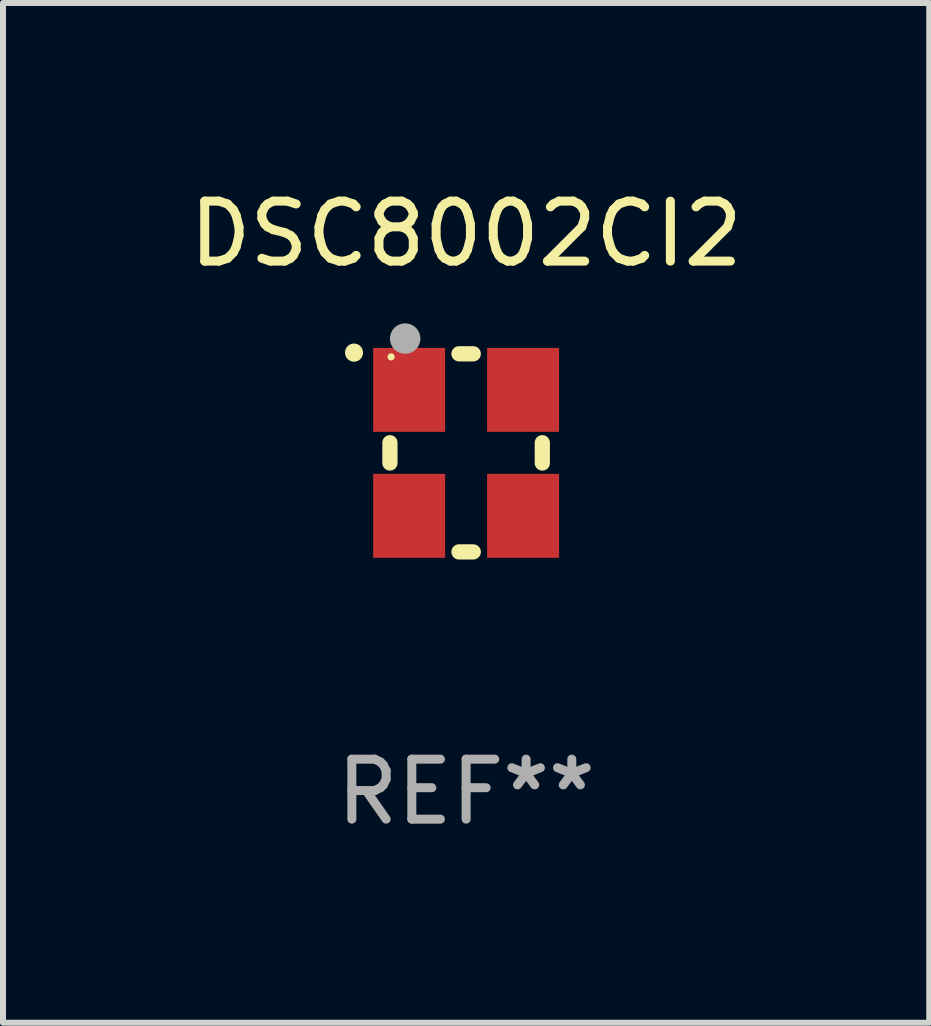
<source format=kicad_pcb>
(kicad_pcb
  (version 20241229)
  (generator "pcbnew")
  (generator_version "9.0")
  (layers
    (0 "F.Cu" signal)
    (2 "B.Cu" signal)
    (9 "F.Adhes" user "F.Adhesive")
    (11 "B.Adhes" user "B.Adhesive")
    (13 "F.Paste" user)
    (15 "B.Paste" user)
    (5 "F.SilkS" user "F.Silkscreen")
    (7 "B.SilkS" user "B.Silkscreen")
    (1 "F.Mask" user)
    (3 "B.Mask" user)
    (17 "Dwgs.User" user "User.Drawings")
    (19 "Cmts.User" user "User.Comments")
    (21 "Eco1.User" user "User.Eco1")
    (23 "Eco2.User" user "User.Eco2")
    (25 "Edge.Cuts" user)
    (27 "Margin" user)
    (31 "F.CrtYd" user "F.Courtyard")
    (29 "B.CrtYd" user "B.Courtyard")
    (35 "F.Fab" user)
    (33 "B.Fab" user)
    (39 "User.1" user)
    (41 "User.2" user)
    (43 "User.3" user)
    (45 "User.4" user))
  (footprint "DSC8002CI2"
    (layer "F.Cu")
    (at 4.72 4.499)
    (property "Reference" "DSC8002CI2" (at 0 -3.651 0) (layer "F.SilkS") (effects (font (size 1 1) (thickness 0.15))))
    (attr through_hole)
    (fp_line (start -1.27 -0.169) (end -1.27 0.169) (stroke (width 0.254) (type solid)) (layer "F.SilkS"))
    (fp_line (start 0.119 -1.651) (end -0.119 -1.651) (stroke (width 0.254) (type solid)) (layer "F.SilkS"))
    (fp_line (start 0.119 1.651) (end -0.119 1.651) (stroke (width 0.254) (type solid)) (layer "F.SilkS"))
    (fp_line (start 1.27 -0.169) (end 1.27 0.169) (stroke (width 0.254) (type solid)) (layer "F.SilkS"))
    (fp_arc (start -1.868631 -1.669799) (mid -1.868636 -1.671069) (end -1.868631 -1.672339) (stroke (width 0.3) (type solid)) (layer "F.SilkS"))
    (fp_circle (center -1.25 -1.6) (end -1.22 -1.6) (stroke (width 0.06) (type solid)) (fill no) (layer "F.SilkS"))
    (fp_circle (center -1.016 -1.905) (end -0.889 -1.905) (stroke (width 0.254) (type solid)) (fill no) (layer "F.Fab"))
    (fp_text user "REF**" (at 0 5.651 0) (layer "F.Fab") (effects (font (size 1 1) (thickness 0.15))))
    (pad "1" smd rect (at -0.95 -1.05 90) (size 1.4 1.2) (layers "F.Cu" "F.Mask" "F.Paste"))
    (pad "2" smd rect (at -0.95 1.05 90) (size 1.4 1.2) (layers "F.Cu" "F.Mask" "F.Paste"))
    (pad "3" smd rect (at 0.95 1.05 90) (size 1.4 1.2) (layers "F.Cu" "F.Mask" "F.Paste"))
    (pad "4" smd rect (at 0.95 -1.05 90) (size 1.4 1.2) (layers "F.Cu" "F.Mask" "F.Paste")))
  (gr_rect
    (start -3 -3)
    (end 12.44 13.999)
    (stroke (width 0.1) (type default))
    (fill no)
    (layer "Edge.Cuts")))
</source>
